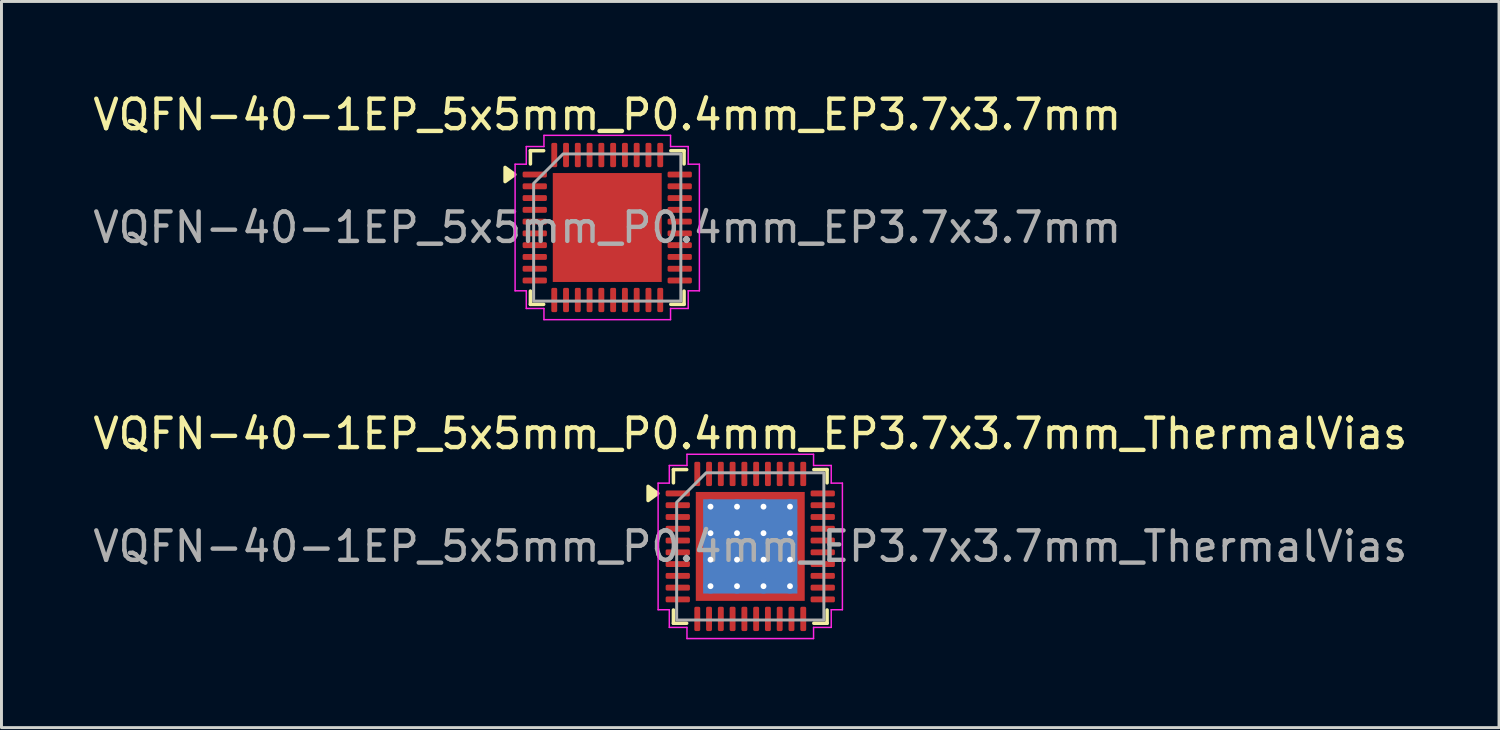
<source format=kicad_pcb>
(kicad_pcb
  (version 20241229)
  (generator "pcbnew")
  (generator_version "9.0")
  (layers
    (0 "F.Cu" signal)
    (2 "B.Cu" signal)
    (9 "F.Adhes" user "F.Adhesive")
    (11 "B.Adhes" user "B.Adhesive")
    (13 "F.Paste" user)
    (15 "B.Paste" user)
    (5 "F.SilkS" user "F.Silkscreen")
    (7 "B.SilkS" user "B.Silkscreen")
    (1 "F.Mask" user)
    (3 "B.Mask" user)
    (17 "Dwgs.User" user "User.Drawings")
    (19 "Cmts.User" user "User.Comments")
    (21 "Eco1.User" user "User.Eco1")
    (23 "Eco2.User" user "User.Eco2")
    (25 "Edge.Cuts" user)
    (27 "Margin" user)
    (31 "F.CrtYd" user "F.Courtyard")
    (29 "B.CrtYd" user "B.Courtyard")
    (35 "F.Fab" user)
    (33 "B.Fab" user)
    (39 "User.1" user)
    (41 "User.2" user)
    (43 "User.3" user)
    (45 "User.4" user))
  (footprint "VQFN-40-1EP_5x5mm_P0.4mm_EP3.7x3.7mm_ThermalVias"
    (layer "F.Cu")
    (at 22.435 15.511)
    (property "Reference" "VQFN-40-1EP_5x5mm_P0.4mm_EP3.7x3.7mm_ThermalVias" (at 0 -3.83 0) (layer "F.SilkS") (effects (font (size 1 1) (thickness 0.15))))
    (attr smd)
    (fp_line (start -2.61 -2.61) (end -2.16 -2.61) (stroke (width 0.12) (type solid)) (layer "F.SilkS"))
    (fp_line (start -2.61 -2.16) (end -2.61 -2.61) (stroke (width 0.12) (type solid)) (layer "F.SilkS"))
    (fp_line (start -2.61 2.61) (end -2.61 2.16) (stroke (width 0.12) (type solid)) (layer "F.SilkS"))
    (fp_line (start -2.16 2.61) (end -2.61 2.61) (stroke (width 0.12) (type solid)) (layer "F.SilkS"))
    (fp_line (start 2.16 -2.61) (end 2.61 -2.61) (stroke (width 0.12) (type solid)) (layer "F.SilkS"))
    (fp_line (start 2.61 -2.61) (end 2.61 -2.16) (stroke (width 0.12) (type solid)) (layer "F.SilkS"))
    (fp_line (start 2.61 2.16) (end 2.61 2.61) (stroke (width 0.12) (type solid)) (layer "F.SilkS"))
    (fp_line (start 2.61 2.61) (end 2.16 2.61) (stroke (width 0.12) (type solid)) (layer "F.SilkS"))
    (fp_poly (pts (xy -3.14 -1.8) (xy -3.47 -1.56) (xy -3.47 -2.04)) (stroke (width 0.12) (type solid)) (fill yes) (layer "F.SilkS"))
    (fp_line (start -3.13 -2.15) (end -2.75 -2.15) (stroke (width 0.05) (type solid)) (layer "F.CrtYd"))
    (fp_line (start -3.13 2.15) (end -3.13 -2.15) (stroke (width 0.05) (type solid)) (layer "F.CrtYd"))
    (fp_line (start -2.75 -2.75) (end -2.15 -2.75) (stroke (width 0.05) (type solid)) (layer "F.CrtYd"))
    (fp_line (start -2.75 -2.15) (end -2.75 -2.75) (stroke (width 0.05) (type solid)) (layer "F.CrtYd"))
    (fp_line (start -2.75 2.15) (end -3.13 2.15) (stroke (width 0.05) (type solid)) (layer "F.CrtYd"))
    (fp_line (start -2.75 2.75) (end -2.75 2.15) (stroke (width 0.05) (type solid)) (layer "F.CrtYd"))
    (fp_line (start -2.15 -3.13) (end 2.15 -3.13) (stroke (width 0.05) (type solid)) (layer "F.CrtYd"))
    (fp_line (start -2.15 -2.75) (end -2.15 -3.13) (stroke (width 0.05) (type solid)) (layer "F.CrtYd"))
    (fp_line (start -2.15 2.75) (end -2.75 2.75) (stroke (width 0.05) (type solid)) (layer "F.CrtYd"))
    (fp_line (start -2.15 3.13) (end -2.15 2.75) (stroke (width 0.05) (type solid)) (layer "F.CrtYd"))
    (fp_line (start 2.15 -3.13) (end 2.15 -2.75) (stroke (width 0.05) (type solid)) (layer "F.CrtYd"))
    (fp_line (start 2.15 -2.75) (end 2.75 -2.75) (stroke (width 0.05) (type solid)) (layer "F.CrtYd"))
    (fp_line (start 2.15 2.75) (end 2.15 3.13) (stroke (width 0.05) (type solid)) (layer "F.CrtYd"))
    (fp_line (start 2.15 3.13) (end -2.15 3.13) (stroke (width 0.05) (type solid)) (layer "F.CrtYd"))
    (fp_line (start 2.75 -2.75) (end 2.75 -2.15) (stroke (width 0.05) (type solid)) (layer "F.CrtYd"))
    (fp_line (start 2.75 -2.15) (end 3.13 -2.15) (stroke (width 0.05) (type solid)) (layer "F.CrtYd"))
    (fp_line (start 2.75 2.15) (end 2.75 2.75) (stroke (width 0.05) (type solid)) (layer "F.CrtYd"))
    (fp_line (start 2.75 2.75) (end 2.15 2.75) (stroke (width 0.05) (type solid)) (layer "F.CrtYd"))
    (fp_line (start 3.13 -2.15) (end 3.13 2.15) (stroke (width 0.05) (type solid)) (layer "F.CrtYd"))
    (fp_line (start 3.13 2.15) (end 2.75 2.15) (stroke (width 0.05) (type solid)) (layer "F.CrtYd"))
    (fp_poly (pts (xy -1.5 -2.5) (xy 2.5 -2.5) (xy 2.5 2.5) (xy -2.5 2.5) (xy -2.5 -1.5)) (stroke (width 0.1) (type solid)) (fill no) (layer "F.Fab"))
    (fp_text user "${REFERENCE}" (at 0 0 0) (layer "F.Fab") (effects (font (size 1 1) (thickness 0.15))))
    (pad "" smd roundrect (at -0.925 -0.925) (size 1.6 1.6) (layers "F.Paste") (roundrect_rratio 0.156))
    (pad "" smd roundrect (at -0.925 0.925) (size 1.6 1.6) (layers "F.Paste") (roundrect_rratio 0.156))
    (pad "" smd roundrect (at 0.925 -0.925) (size 1.6 1.6) (layers "F.Paste") (roundrect_rratio 0.156))
    (pad "" smd roundrect (at 0.925 0.925) (size 1.6 1.6) (layers "F.Paste") (roundrect_rratio 0.156))
    (pad "1" smd roundrect (at -2.462 -1.8) (size 0.825 0.2) (layers "F.Cu" "F.Mask" "F.Paste") (roundrect_rratio 0.25))
    (pad "2" smd roundrect (at -2.462 -1.4) (size 0.825 0.2) (layers "F.Cu" "F.Mask" "F.Paste") (roundrect_rratio 0.25))
    (pad "3" smd roundrect (at -2.462 -1) (size 0.825 0.2) (layers "F.Cu" "F.Mask" "F.Paste") (roundrect_rratio 0.25))
    (pad "4" smd roundrect (at -2.462 -0.6) (size 0.825 0.2) (layers "F.Cu" "F.Mask" "F.Paste") (roundrect_rratio 0.25))
    (pad "5" smd roundrect (at -2.462 -0.2) (size 0.825 0.2) (layers "F.Cu" "F.Mask" "F.Paste") (roundrect_rratio 0.25))
    (pad "6" smd roundrect (at -2.462 0.2) (size 0.825 0.2) (layers "F.Cu" "F.Mask" "F.Paste") (roundrect_rratio 0.25))
    (pad "7" smd roundrect (at -2.462 0.6) (size 0.825 0.2) (layers "F.Cu" "F.Mask" "F.Paste") (roundrect_rratio 0.25))
    (pad "8" smd roundrect (at -2.462 1) (size 0.825 0.2) (layers "F.Cu" "F.Mask" "F.Paste") (roundrect_rratio 0.25))
    (pad "9" smd roundrect (at -2.462 1.4) (size 0.825 0.2) (layers "F.Cu" "F.Mask" "F.Paste") (roundrect_rratio 0.25))
    (pad "10" smd roundrect (at -2.462 1.8) (size 0.825 0.2) (layers "F.Cu" "F.Mask" "F.Paste") (roundrect_rratio 0.25))
    (pad "11" smd roundrect (at -1.8 2.462) (size 0.2 0.825) (layers "F.Cu" "F.Mask" "F.Paste") (roundrect_rratio 0.25))
    (pad "12" smd roundrect (at -1.4 2.462) (size 0.2 0.825) (layers "F.Cu" "F.Mask" "F.Paste") (roundrect_rratio 0.25))
    (pad "13" smd roundrect (at -1 2.462) (size 0.2 0.825) (layers "F.Cu" "F.Mask" "F.Paste") (roundrect_rratio 0.25))
    (pad "14" smd roundrect (at -0.6 2.462) (size 0.2 0.825) (layers "F.Cu" "F.Mask" "F.Paste") (roundrect_rratio 0.25))
    (pad "15" smd roundrect (at -0.2 2.462) (size 0.2 0.825) (layers "F.Cu" "F.Mask" "F.Paste") (roundrect_rratio 0.25))
    (pad "16" smd roundrect (at 0.2 2.462) (size 0.2 0.825) (layers "F.Cu" "F.Mask" "F.Paste") (roundrect_rratio 0.25))
    (pad "17" smd roundrect (at 0.6 2.462) (size 0.2 0.825) (layers "F.Cu" "F.Mask" "F.Paste") (roundrect_rratio 0.25))
    (pad "18" smd roundrect (at 1 2.462) (size 0.2 0.825) (layers "F.Cu" "F.Mask" "F.Paste") (roundrect_rratio 0.25))
    (pad "19" smd roundrect (at 1.4 2.462) (size 0.2 0.825) (layers "F.Cu" "F.Mask" "F.Paste") (roundrect_rratio 0.25))
    (pad "20" smd roundrect (at 1.8 2.462) (size 0.2 0.825) (layers "F.Cu" "F.Mask" "F.Paste") (roundrect_rratio 0.25))
    (pad "21" smd roundrect (at 2.462 1.8) (size 0.825 0.2) (layers "F.Cu" "F.Mask" "F.Paste") (roundrect_rratio 0.25))
    (pad "22" smd roundrect (at 2.462 1.4) (size 0.825 0.2) (layers "F.Cu" "F.Mask" "F.Paste") (roundrect_rratio 0.25))
    (pad "23" smd roundrect (at 2.462 1) (size 0.825 0.2) (layers "F.Cu" "F.Mask" "F.Paste") (roundrect_rratio 0.25))
    (pad "24" smd roundrect (at 2.462 0.6) (size 0.825 0.2) (layers "F.Cu" "F.Mask" "F.Paste") (roundrect_rratio 0.25))
    (pad "25" smd roundrect (at 2.462 0.2) (size 0.825 0.2) (layers "F.Cu" "F.Mask" "F.Paste") (roundrect_rratio 0.25))
    (pad "26" smd roundrect (at 2.462 -0.2) (size 0.825 0.2) (layers "F.Cu" "F.Mask" "F.Paste") (roundrect_rratio 0.25))
    (pad "27" smd roundrect (at 2.462 -0.6) (size 0.825 0.2) (layers "F.Cu" "F.Mask" "F.Paste") (roundrect_rratio 0.25))
    (pad "28" smd roundrect (at 2.462 -1) (size 0.825 0.2) (layers "F.Cu" "F.Mask" "F.Paste") (roundrect_rratio 0.25))
    (pad "29" smd roundrect (at 2.462 -1.4) (size 0.825 0.2) (layers "F.Cu" "F.Mask" "F.Paste") (roundrect_rratio 0.25))
    (pad "30" smd roundrect (at 2.462 -1.8) (size 0.825 0.2) (layers "F.Cu" "F.Mask" "F.Paste") (roundrect_rratio 0.25))
    (pad "31" smd roundrect (at 1.8 -2.462) (size 0.2 0.825) (layers "F.Cu" "F.Mask" "F.Paste") (roundrect_rratio 0.25))
    (pad "32" smd roundrect (at 1.4 -2.462) (size 0.2 0.825) (layers "F.Cu" "F.Mask" "F.Paste") (roundrect_rratio 0.25))
    (pad "33" smd roundrect (at 1 -2.462) (size 0.2 0.825) (layers "F.Cu" "F.Mask" "F.Paste") (roundrect_rratio 0.25))
    (pad "34" smd roundrect (at 0.6 -2.462) (size 0.2 0.825) (layers "F.Cu" "F.Mask" "F.Paste") (roundrect_rratio 0.25))
    (pad "35" smd roundrect (at 0.2 -2.462) (size 0.2 0.825) (layers "F.Cu" "F.Mask" "F.Paste") (roundrect_rratio 0.25))
    (pad "36" smd roundrect (at -0.2 -2.462) (size 0.2 0.825) (layers "F.Cu" "F.Mask" "F.Paste") (roundrect_rratio 0.25))
    (pad "37" smd roundrect (at -0.6 -2.462) (size 0.2 0.825) (layers "F.Cu" "F.Mask" "F.Paste") (roundrect_rratio 0.25))
    (pad "38" smd roundrect (at -1 -2.462) (size 0.2 0.825) (layers "F.Cu" "F.Mask" "F.Paste") (roundrect_rratio 0.25))
    (pad "39" smd roundrect (at -1.4 -2.462) (size 0.2 0.825) (layers "F.Cu" "F.Mask" "F.Paste") (roundrect_rratio 0.25))
    (pad "40" smd roundrect (at -1.8 -2.462) (size 0.2 0.825) (layers "F.Cu" "F.Mask" "F.Paste") (roundrect_rratio 0.25))
    (pad "41" thru_hole circle (at -1.35 -1.35) (size 0.5 0.5) (drill 0.2) (property pad_prop_heatsink) (layers "*.Cu"))
    (pad "41" thru_hole circle (at -1.35 -0.45) (size 0.5 0.5) (drill 0.2) (property pad_prop_heatsink) (layers "*.Cu"))
    (pad "41" thru_hole circle (at -1.35 0.45) (size 0.5 0.5) (drill 0.2) (property pad_prop_heatsink) (layers "*.Cu"))
    (pad "41" thru_hole circle (at -1.35 1.35) (size 0.5 0.5) (drill 0.2) (property pad_prop_heatsink) (layers "*.Cu"))
    (pad "41" thru_hole circle (at -0.45 -1.35) (size 0.5 0.5) (drill 0.2) (property pad_prop_heatsink) (layers "*.Cu"))
    (pad "41" thru_hole circle (at -0.45 -0.45) (size 0.5 0.5) (drill 0.2) (property pad_prop_heatsink) (layers "*.Cu"))
    (pad "41" thru_hole circle (at -0.45 0.45) (size 0.5 0.5) (drill 0.2) (property pad_prop_heatsink) (layers "*.Cu"))
    (pad "41" thru_hole circle (at -0.45 1.35) (size 0.5 0.5) (drill 0.2) (property pad_prop_heatsink) (layers "*.Cu"))
    (pad "41" smd rect (at 0 0) (size 3.2 3.2) (property pad_prop_heatsink) (layers "B.Cu"))
    (pad "41" smd rect (at 0 0) (size 3.7 3.7) (property pad_prop_heatsink) (layers "F.Cu" "F.Mask"))
    (pad "41" thru_hole circle (at 0.45 -1.35) (size 0.5 0.5) (drill 0.2) (property pad_prop_heatsink) (layers "*.Cu"))
    (pad "41" thru_hole circle (at 0.45 -0.45) (size 0.5 0.5) (drill 0.2) (property pad_prop_heatsink) (layers "*.Cu"))
    (pad "41" thru_hole circle (at 0.45 0.45) (size 0.5 0.5) (drill 0.2) (property pad_prop_heatsink) (layers "*.Cu"))
    (pad "41" thru_hole circle (at 0.45 1.35) (size 0.5 0.5) (drill 0.2) (property pad_prop_heatsink) (layers "*.Cu"))
    (pad "41" thru_hole circle (at 1.35 -1.35) (size 0.5 0.5) (drill 0.2) (property pad_prop_heatsink) (layers "*.Cu"))
    (pad "41" thru_hole circle (at 1.35 -0.45) (size 0.5 0.5) (drill 0.2) (property pad_prop_heatsink) (layers "*.Cu"))
    (pad "41" thru_hole circle (at 1.35 0.45) (size 0.5 0.5) (drill 0.2) (property pad_prop_heatsink) (layers "*.Cu"))
    (pad "41" thru_hole circle (at 1.35 1.35) (size 0.5 0.5) (drill 0.2) (property pad_prop_heatsink) (layers "*.Cu")))
  (footprint "VQFN-40-1EP_5x5mm_P0.4mm_EP3.7x3.7mm"
    (layer "F.Cu")
    (at 17.577 4.678)
    (property "Reference" "VQFN-40-1EP_5x5mm_P0.4mm_EP3.7x3.7mm" (at 0 -3.83 0) (layer "F.SilkS") (effects (font (size 1 1) (thickness 0.15))))
    (attr smd)
    (fp_line (start -2.61 -2.61) (end -2.16 -2.61) (stroke (width 0.12) (type solid)) (layer "F.SilkS"))
    (fp_line (start -2.61 -2.16) (end -2.61 -2.61) (stroke (width 0.12) (type solid)) (layer "F.SilkS"))
    (fp_line (start -2.61 2.61) (end -2.61 2.16) (stroke (width 0.12) (type solid)) (layer "F.SilkS"))
    (fp_line (start -2.16 2.61) (end -2.61 2.61) (stroke (width 0.12) (type solid)) (layer "F.SilkS"))
    (fp_line (start 2.16 -2.61) (end 2.61 -2.61) (stroke (width 0.12) (type solid)) (layer "F.SilkS"))
    (fp_line (start 2.61 -2.61) (end 2.61 -2.16) (stroke (width 0.12) (type solid)) (layer "F.SilkS"))
    (fp_line (start 2.61 2.16) (end 2.61 2.61) (stroke (width 0.12) (type solid)) (layer "F.SilkS"))
    (fp_line (start 2.61 2.61) (end 2.16 2.61) (stroke (width 0.12) (type solid)) (layer "F.SilkS"))
    (fp_poly (pts (xy -3.14 -1.8) (xy -3.47 -1.56) (xy -3.47 -2.04)) (stroke (width 0.12) (type solid)) (fill yes) (layer "F.SilkS"))
    (fp_line (start -3.13 -2.15) (end -2.75 -2.15) (stroke (width 0.05) (type solid)) (layer "F.CrtYd"))
    (fp_line (start -3.13 2.15) (end -3.13 -2.15) (stroke (width 0.05) (type solid)) (layer "F.CrtYd"))
    (fp_line (start -2.75 -2.75) (end -2.15 -2.75) (stroke (width 0.05) (type solid)) (layer "F.CrtYd"))
    (fp_line (start -2.75 -2.15) (end -2.75 -2.75) (stroke (width 0.05) (type solid)) (layer "F.CrtYd"))
    (fp_line (start -2.75 2.15) (end -3.13 2.15) (stroke (width 0.05) (type solid)) (layer "F.CrtYd"))
    (fp_line (start -2.75 2.75) (end -2.75 2.15) (stroke (width 0.05) (type solid)) (layer "F.CrtYd"))
    (fp_line (start -2.15 -3.13) (end 2.15 -3.13) (stroke (width 0.05) (type solid)) (layer "F.CrtYd"))
    (fp_line (start -2.15 -2.75) (end -2.15 -3.13) (stroke (width 0.05) (type solid)) (layer "F.CrtYd"))
    (fp_line (start -2.15 2.75) (end -2.75 2.75) (stroke (width 0.05) (type solid)) (layer "F.CrtYd"))
    (fp_line (start -2.15 3.13) (end -2.15 2.75) (stroke (width 0.05) (type solid)) (layer "F.CrtYd"))
    (fp_line (start 2.15 -3.13) (end 2.15 -2.75) (stroke (width 0.05) (type solid)) (layer "F.CrtYd"))
    (fp_line (start 2.15 -2.75) (end 2.75 -2.75) (stroke (width 0.05) (type solid)) (layer "F.CrtYd"))
    (fp_line (start 2.15 2.75) (end 2.15 3.13) (stroke (width 0.05) (type solid)) (layer "F.CrtYd"))
    (fp_line (start 2.15 3.13) (end -2.15 3.13) (stroke (width 0.05) (type solid)) (layer "F.CrtYd"))
    (fp_line (start 2.75 -2.75) (end 2.75 -2.15) (stroke (width 0.05) (type solid)) (layer "F.CrtYd"))
    (fp_line (start 2.75 -2.15) (end 3.13 -2.15) (stroke (width 0.05) (type solid)) (layer "F.CrtYd"))
    (fp_line (start 2.75 2.15) (end 2.75 2.75) (stroke (width 0.05) (type solid)) (layer "F.CrtYd"))
    (fp_line (start 2.75 2.75) (end 2.15 2.75) (stroke (width 0.05) (type solid)) (layer "F.CrtYd"))
    (fp_line (start 3.13 -2.15) (end 3.13 2.15) (stroke (width 0.05) (type solid)) (layer "F.CrtYd"))
    (fp_line (start 3.13 2.15) (end 2.75 2.15) (stroke (width 0.05) (type solid)) (layer "F.CrtYd"))
    (fp_poly (pts (xy -1.5 -2.5) (xy 2.5 -2.5) (xy 2.5 2.5) (xy -2.5 2.5) (xy -2.5 -1.5)) (stroke (width 0.1) (type solid)) (fill no) (layer "F.Fab"))
    (fp_text user "${REFERENCE}" (at 0 0 0) (layer "F.Fab") (effects (font (size 1 1) (thickness 0.15))))
    (pad "" smd roundrect (at -0.925 -0.925) (size 1.49 1.49) (layers "F.Paste") (roundrect_rratio 0.168))
    (pad "" smd roundrect (at -0.925 0.925) (size 1.49 1.49) (layers "F.Paste") (roundrect_rratio 0.168))
    (pad "" smd roundrect (at 0.925 -0.925) (size 1.49 1.49) (layers "F.Paste") (roundrect_rratio 0.168))
    (pad "" smd roundrect (at 0.925 0.925) (size 1.49 1.49) (layers "F.Paste") (roundrect_rratio 0.168))
    (pad "1" smd roundrect (at -2.462 -1.8) (size 0.825 0.2) (layers "F.Cu" "F.Mask" "F.Paste") (roundrect_rratio 0.25))
    (pad "2" smd roundrect (at -2.462 -1.4) (size 0.825 0.2) (layers "F.Cu" "F.Mask" "F.Paste") (roundrect_rratio 0.25))
    (pad "3" smd roundrect (at -2.462 -1) (size 0.825 0.2) (layers "F.Cu" "F.Mask" "F.Paste") (roundrect_rratio 0.25))
    (pad "4" smd roundrect (at -2.462 -0.6) (size 0.825 0.2) (layers "F.Cu" "F.Mask" "F.Paste") (roundrect_rratio 0.25))
    (pad "5" smd roundrect (at -2.462 -0.2) (size 0.825 0.2) (layers "F.Cu" "F.Mask" "F.Paste") (roundrect_rratio 0.25))
    (pad "6" smd roundrect (at -2.462 0.2) (size 0.825 0.2) (layers "F.Cu" "F.Mask" "F.Paste") (roundrect_rratio 0.25))
    (pad "7" smd roundrect (at -2.462 0.6) (size 0.825 0.2) (layers "F.Cu" "F.Mask" "F.Paste") (roundrect_rratio 0.25))
    (pad "8" smd roundrect (at -2.462 1) (size 0.825 0.2) (layers "F.Cu" "F.Mask" "F.Paste") (roundrect_rratio 0.25))
    (pad "9" smd roundrect (at -2.462 1.4) (size 0.825 0.2) (layers "F.Cu" "F.Mask" "F.Paste") (roundrect_rratio 0.25))
    (pad "10" smd roundrect (at -2.462 1.8) (size 0.825 0.2) (layers "F.Cu" "F.Mask" "F.Paste") (roundrect_rratio 0.25))
    (pad "11" smd roundrect (at -1.8 2.462) (size 0.2 0.825) (layers "F.Cu" "F.Mask" "F.Paste") (roundrect_rratio 0.25))
    (pad "12" smd roundrect (at -1.4 2.462) (size 0.2 0.825) (layers "F.Cu" "F.Mask" "F.Paste") (roundrect_rratio 0.25))
    (pad "13" smd roundrect (at -1 2.462) (size 0.2 0.825) (layers "F.Cu" "F.Mask" "F.Paste") (roundrect_rratio 0.25))
    (pad "14" smd roundrect (at -0.6 2.462) (size 0.2 0.825) (layers "F.Cu" "F.Mask" "F.Paste") (roundrect_rratio 0.25))
    (pad "15" smd roundrect (at -0.2 2.462) (size 0.2 0.825) (layers "F.Cu" "F.Mask" "F.Paste") (roundrect_rratio 0.25))
    (pad "16" smd roundrect (at 0.2 2.462) (size 0.2 0.825) (layers "F.Cu" "F.Mask" "F.Paste") (roundrect_rratio 0.25))
    (pad "17" smd roundrect (at 0.6 2.462) (size 0.2 0.825) (layers "F.Cu" "F.Mask" "F.Paste") (roundrect_rratio 0.25))
    (pad "18" smd roundrect (at 1 2.462) (size 0.2 0.825) (layers "F.Cu" "F.Mask" "F.Paste") (roundrect_rratio 0.25))
    (pad "19" smd roundrect (at 1.4 2.462) (size 0.2 0.825) (layers "F.Cu" "F.Mask" "F.Paste") (roundrect_rratio 0.25))
    (pad "20" smd roundrect (at 1.8 2.462) (size 0.2 0.825) (layers "F.Cu" "F.Mask" "F.Paste") (roundrect_rratio 0.25))
    (pad "21" smd roundrect (at 2.462 1.8) (size 0.825 0.2) (layers "F.Cu" "F.Mask" "F.Paste") (roundrect_rratio 0.25))
    (pad "22" smd roundrect (at 2.462 1.4) (size 0.825 0.2) (layers "F.Cu" "F.Mask" "F.Paste") (roundrect_rratio 0.25))
    (pad "23" smd roundrect (at 2.462 1) (size 0.825 0.2) (layers "F.Cu" "F.Mask" "F.Paste") (roundrect_rratio 0.25))
    (pad "24" smd roundrect (at 2.462 0.6) (size 0.825 0.2) (layers "F.Cu" "F.Mask" "F.Paste") (roundrect_rratio 0.25))
    (pad "25" smd roundrect (at 2.462 0.2) (size 0.825 0.2) (layers "F.Cu" "F.Mask" "F.Paste") (roundrect_rratio 0.25))
    (pad "26" smd roundrect (at 2.462 -0.2) (size 0.825 0.2) (layers "F.Cu" "F.Mask" "F.Paste") (roundrect_rratio 0.25))
    (pad "27" smd roundrect (at 2.462 -0.6) (size 0.825 0.2) (layers "F.Cu" "F.Mask" "F.Paste") (roundrect_rratio 0.25))
    (pad "28" smd roundrect (at 2.462 -1) (size 0.825 0.2) (layers "F.Cu" "F.Mask" "F.Paste") (roundrect_rratio 0.25))
    (pad "29" smd roundrect (at 2.462 -1.4) (size 0.825 0.2) (layers "F.Cu" "F.Mask" "F.Paste") (roundrect_rratio 0.25))
    (pad "30" smd roundrect (at 2.462 -1.8) (size 0.825 0.2) (layers "F.Cu" "F.Mask" "F.Paste") (roundrect_rratio 0.25))
    (pad "31" smd roundrect (at 1.8 -2.462) (size 0.2 0.825) (layers "F.Cu" "F.Mask" "F.Paste") (roundrect_rratio 0.25))
    (pad "32" smd roundrect (at 1.4 -2.462) (size 0.2 0.825) (layers "F.Cu" "F.Mask" "F.Paste") (roundrect_rratio 0.25))
    (pad "33" smd roundrect (at 1 -2.462) (size 0.2 0.825) (layers "F.Cu" "F.Mask" "F.Paste") (roundrect_rratio 0.25))
    (pad "34" smd roundrect (at 0.6 -2.462) (size 0.2 0.825) (layers "F.Cu" "F.Mask" "F.Paste") (roundrect_rratio 0.25))
    (pad "35" smd roundrect (at 0.2 -2.462) (size 0.2 0.825) (layers "F.Cu" "F.Mask" "F.Paste") (roundrect_rratio 0.25))
    (pad "36" smd roundrect (at -0.2 -2.462) (size 0.2 0.825) (layers "F.Cu" "F.Mask" "F.Paste") (roundrect_rratio 0.25))
    (pad "37" smd roundrect (at -0.6 -2.462) (size 0.2 0.825) (layers "F.Cu" "F.Mask" "F.Paste") (roundrect_rratio 0.25))
    (pad "38" smd roundrect (at -1 -2.462) (size 0.2 0.825) (layers "F.Cu" "F.Mask" "F.Paste") (roundrect_rratio 0.25))
    (pad "39" smd roundrect (at -1.4 -2.462) (size 0.2 0.825) (layers "F.Cu" "F.Mask" "F.Paste") (roundrect_rratio 0.25))
    (pad "40" smd roundrect (at -1.8 -2.462) (size 0.2 0.825) (layers "F.Cu" "F.Mask" "F.Paste") (roundrect_rratio 0.25))
    (pad "41" smd rect (at 0 0) (size 3.7 3.7) (property pad_prop_heatsink) (layers "F.Cu" "F.Mask")))
  (gr_rect
    (start -3 -3)
    (end 47.869 21.666)
    (stroke (width 0.1) (type default))
    (fill no)
    (layer "Edge.Cuts")))
</source>
